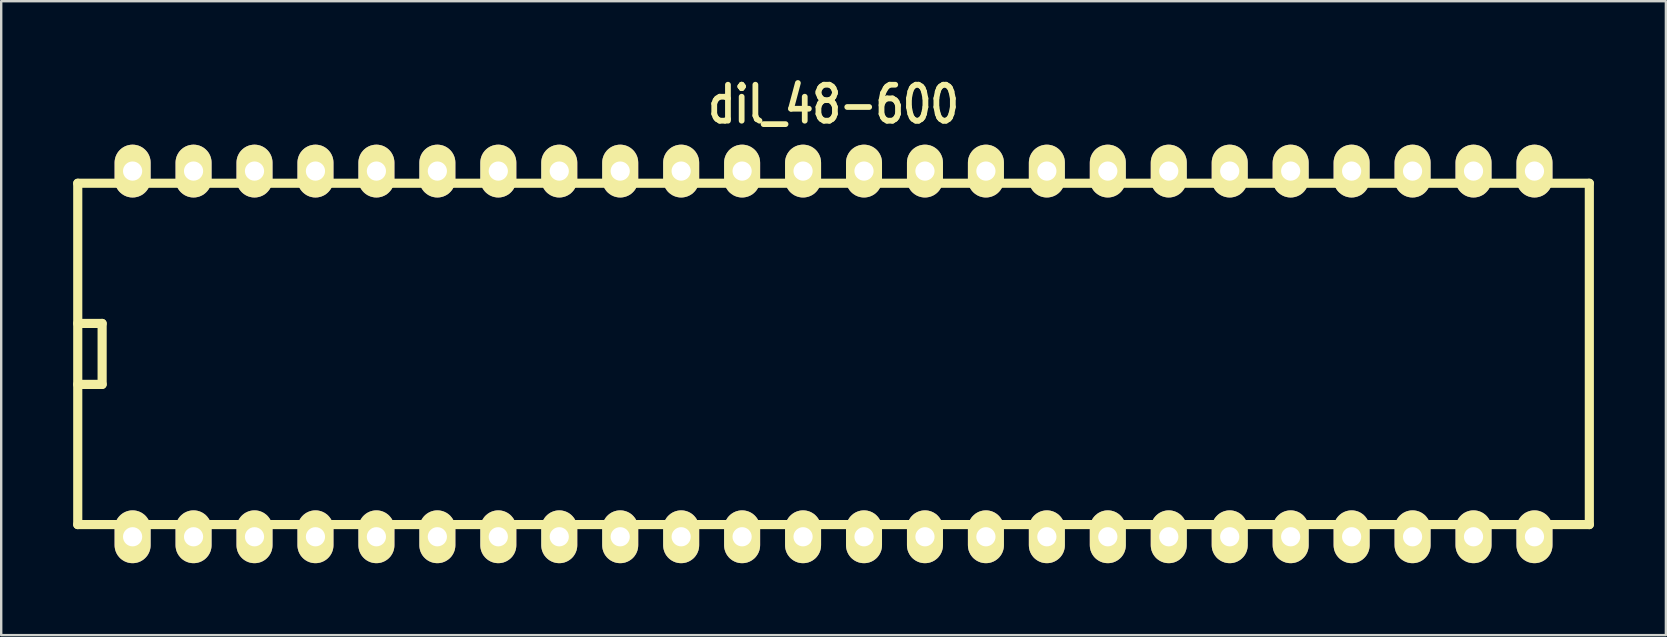
<source format=kicad_pcb>
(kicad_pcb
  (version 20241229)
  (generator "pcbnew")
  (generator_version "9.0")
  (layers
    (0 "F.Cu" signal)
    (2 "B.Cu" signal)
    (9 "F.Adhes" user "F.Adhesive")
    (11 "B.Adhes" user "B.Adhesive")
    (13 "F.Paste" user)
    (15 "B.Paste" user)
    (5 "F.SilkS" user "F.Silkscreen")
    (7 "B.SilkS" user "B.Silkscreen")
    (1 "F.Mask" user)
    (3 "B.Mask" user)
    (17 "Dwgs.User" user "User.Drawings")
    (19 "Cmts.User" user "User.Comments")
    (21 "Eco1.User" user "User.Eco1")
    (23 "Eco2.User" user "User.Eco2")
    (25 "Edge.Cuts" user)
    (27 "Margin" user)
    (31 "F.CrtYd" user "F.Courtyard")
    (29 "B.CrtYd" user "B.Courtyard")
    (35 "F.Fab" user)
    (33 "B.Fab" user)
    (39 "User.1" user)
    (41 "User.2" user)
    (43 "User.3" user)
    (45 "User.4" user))
  (footprint "dil_48-600"
    (layer "F.Cu")
    (at 31.686 11.699)
    (property "Reference" "dil_48-600" (at 0 -10.4 0) (layer "F.SilkS") (effects (font (size 1.5 1.2) (thickness 0.24))))
    (attr through_hole)
    (fp_line (start -31.496 -7.112) (end -31.496 7.112) (stroke (width 0.381) (type solid)) (layer "F.SilkS"))
    (fp_line (start -30.48 -1.27) (end -31.496 -1.27) (stroke (width 0.381) (type solid)) (layer "F.SilkS"))
    (fp_line (start -30.48 -1.27) (end -30.48 1.27) (stroke (width 0.381) (type solid)) (layer "F.SilkS"))
    (fp_line (start -30.48 1.27) (end -31.496 1.27) (stroke (width 0.381) (type solid)) (layer "F.SilkS"))
    (fp_line (start 31.496 -7.112) (end -31.496 -7.112) (stroke (width 0.381) (type solid)) (layer "F.SilkS"))
    (fp_line (start 31.496 7.112) (end -31.496 7.112) (stroke (width 0.381) (type solid)) (layer "F.SilkS"))
    (fp_line (start 31.496 7.112) (end 31.496 -7.112) (stroke (width 0.381) (type solid)) (layer "F.SilkS"))
    (pad "1" thru_hole oval (at -29.21 7.62) (size 1.5 2.2) (drill 0.8) (layers "*.Cu" "*.Mask" "F.SilkS"))
    (pad "2" thru_hole oval (at -26.67 7.62) (size 1.5 2.2) (drill 0.8) (layers "*.Cu" "*.Mask" "F.SilkS"))
    (pad "3" thru_hole oval (at -24.13 7.62) (size 1.5 2.2) (drill 0.8) (layers "*.Cu" "*.Mask" "F.SilkS"))
    (pad "4" thru_hole oval (at -21.59 7.62) (size 1.5 2.2) (drill 0.8) (layers "*.Cu" "*.Mask" "F.SilkS"))
    (pad "5" thru_hole oval (at -19.05 7.62) (size 1.5 2.2) (drill 0.8) (layers "*.Cu" "*.Mask" "F.SilkS"))
    (pad "6" thru_hole oval (at -16.51 7.62) (size 1.5 2.2) (drill 0.8) (layers "*.Cu" "*.Mask" "F.SilkS"))
    (pad "7" thru_hole oval (at -13.97 7.62) (size 1.5 2.2) (drill 0.8) (layers "*.Cu" "*.Mask" "F.SilkS"))
    (pad "8" thru_hole oval (at -11.43 7.62) (size 1.5 2.2) (drill 0.8) (layers "*.Cu" "*.Mask" "F.SilkS"))
    (pad "9" thru_hole oval (at -8.89 7.62) (size 1.5 2.2) (drill 0.8) (layers "*.Cu" "*.Mask" "F.SilkS"))
    (pad "10" thru_hole oval (at -6.35 7.62) (size 1.5 2.2) (drill 0.8) (layers "*.Cu" "*.Mask" "F.SilkS"))
    (pad "11" thru_hole oval (at -3.81 7.62) (size 1.5 2.2) (drill 0.8) (layers "*.Cu" "*.Mask" "F.SilkS"))
    (pad "12" thru_hole oval (at -1.27 7.62) (size 1.5 2.2) (drill 0.8) (layers "*.Cu" "*.Mask" "F.SilkS"))
    (pad "13" thru_hole oval (at 1.27 7.62) (size 1.5 2.2) (drill 0.8) (layers "*.Cu" "*.Mask" "F.SilkS"))
    (pad "14" thru_hole oval (at 3.81 7.62) (size 1.5 2.2) (drill 0.8) (layers "*.Cu" "*.Mask" "F.SilkS"))
    (pad "15" thru_hole oval (at 6.35 7.62) (size 1.5 2.2) (drill 0.8) (layers "*.Cu" "*.Mask" "F.SilkS"))
    (pad "16" thru_hole oval (at 8.89 7.62) (size 1.5 2.2) (drill 0.8) (layers "*.Cu" "*.Mask" "F.SilkS"))
    (pad "17" thru_hole oval (at 11.43 7.62) (size 1.5 2.2) (drill 0.8) (layers "*.Cu" "*.Mask" "F.SilkS"))
    (pad "18" thru_hole oval (at 13.97 7.62) (size 1.5 2.2) (drill 0.8) (layers "*.Cu" "*.Mask" "F.SilkS"))
    (pad "19" thru_hole oval (at 16.51 7.62) (size 1.5 2.2) (drill 0.8) (layers "*.Cu" "*.Mask" "F.SilkS"))
    (pad "20" thru_hole oval (at 19.05 7.62) (size 1.5 2.2) (drill 0.8) (layers "*.Cu" "*.Mask" "F.SilkS"))
    (pad "21" thru_hole oval (at 21.59 7.62) (size 1.5 2.2) (drill 0.8) (layers "*.Cu" "*.Mask" "F.SilkS"))
    (pad "22" thru_hole oval (at 24.13 7.62) (size 1.5 2.2) (drill 0.8) (layers "*.Cu" "*.Mask" "F.SilkS"))
    (pad "23" thru_hole oval (at 26.67 7.62) (size 1.5 2.2) (drill 0.8) (layers "*.Cu" "*.Mask" "F.SilkS"))
    (pad "24" thru_hole oval (at 29.21 7.62) (size 1.5 2.2) (drill 0.8) (layers "*.Cu" "*.Mask" "F.SilkS"))
    (pad "25" thru_hole oval (at 29.21 -7.62) (size 1.5 2.2) (drill 0.8) (layers "*.Cu" "*.Mask" "F.SilkS"))
    (pad "26" thru_hole oval (at 26.67 -7.62) (size 1.5 2.2) (drill 0.8) (layers "*.Cu" "*.Mask" "F.SilkS"))
    (pad "27" thru_hole oval (at 24.13 -7.62) (size 1.5 2.2) (drill 0.8) (layers "*.Cu" "*.Mask" "F.SilkS"))
    (pad "28" thru_hole oval (at 21.59 -7.62) (size 1.5 2.2) (drill 0.8) (layers "*.Cu" "*.Mask" "F.SilkS"))
    (pad "29" thru_hole oval (at 19.05 -7.62) (size 1.5 2.2) (drill 0.8) (layers "*.Cu" "*.Mask" "F.SilkS"))
    (pad "30" thru_hole oval (at 16.51 -7.62) (size 1.5 2.2) (drill 0.8) (layers "*.Cu" "*.Mask" "F.SilkS"))
    (pad "31" thru_hole oval (at 13.97 -7.62) (size 1.5 2.2) (drill 0.8) (layers "*.Cu" "*.Mask" "F.SilkS"))
    (pad "32" thru_hole oval (at 11.43 -7.62) (size 1.5 2.2) (drill 0.8) (layers "*.Cu" "*.Mask" "F.SilkS"))
    (pad "33" thru_hole oval (at 8.89 -7.62) (size 1.5 2.2) (drill 0.8) (layers "*.Cu" "*.Mask" "F.SilkS"))
    (pad "34" thru_hole oval (at 6.35 -7.62) (size 1.5 2.2) (drill 0.8) (layers "*.Cu" "*.Mask" "F.SilkS"))
    (pad "35" thru_hole oval (at 3.81 -7.62) (size 1.5 2.2) (drill 0.8) (layers "*.Cu" "*.Mask" "F.SilkS"))
    (pad "36" thru_hole oval (at 1.27 -7.62) (size 1.5 2.2) (drill 0.8) (layers "*.Cu" "*.Mask" "F.SilkS"))
    (pad "37" thru_hole oval (at -1.27 -7.62) (size 1.5 2.2) (drill 0.8) (layers "*.Cu" "*.Mask" "F.SilkS"))
    (pad "38" thru_hole oval (at -3.81 -7.62) (size 1.5 2.2) (drill 0.8) (layers "*.Cu" "*.Mask" "F.SilkS"))
    (pad "39" thru_hole oval (at -6.35 -7.62) (size 1.5 2.2) (drill 0.8) (layers "*.Cu" "*.Mask" "F.SilkS"))
    (pad "40" thru_hole oval (at -8.89 -7.62) (size 1.5 2.2) (drill 0.8) (layers "*.Cu" "*.Mask" "F.SilkS"))
    (pad "41" thru_hole oval (at -11.43 -7.62) (size 1.5 2.2) (drill 0.8) (layers "*.Cu" "*.Mask" "F.SilkS"))
    (pad "42" thru_hole oval (at -13.97 -7.62) (size 1.5 2.2) (drill 0.8) (layers "*.Cu" "*.Mask" "F.SilkS"))
    (pad "43" thru_hole oval (at -16.51 -7.62) (size 1.5 2.2) (drill 0.8) (layers "*.Cu" "*.Mask" "F.SilkS"))
    (pad "44" thru_hole oval (at -19.05 -7.62) (size 1.5 2.2) (drill 0.8) (layers "*.Cu" "*.Mask" "F.SilkS"))
    (pad "45" thru_hole oval (at -21.59 -7.62) (size 1.5 2.2) (drill 0.8) (layers "*.Cu" "*.Mask" "F.SilkS"))
    (pad "46" thru_hole oval (at -24.13 -7.62) (size 1.5 2.2) (drill 0.8) (layers "*.Cu" "*.Mask" "F.SilkS"))
    (pad "47" thru_hole oval (at -26.67 -7.62) (size 1.5 2.2) (drill 0.8) (layers "*.Cu" "*.Mask" "F.SilkS"))
    (pad "48" thru_hole oval (at -29.21 -7.62) (size 1.5 2.2) (drill 0.8) (layers "*.Cu" "*.Mask" "F.SilkS")))
  (gr_rect
    (start -3 -3)
    (end 66.373 23.419)
    (stroke (width 0.1) (type default))
    (fill no)
    (layer "Edge.Cuts")))
</source>
